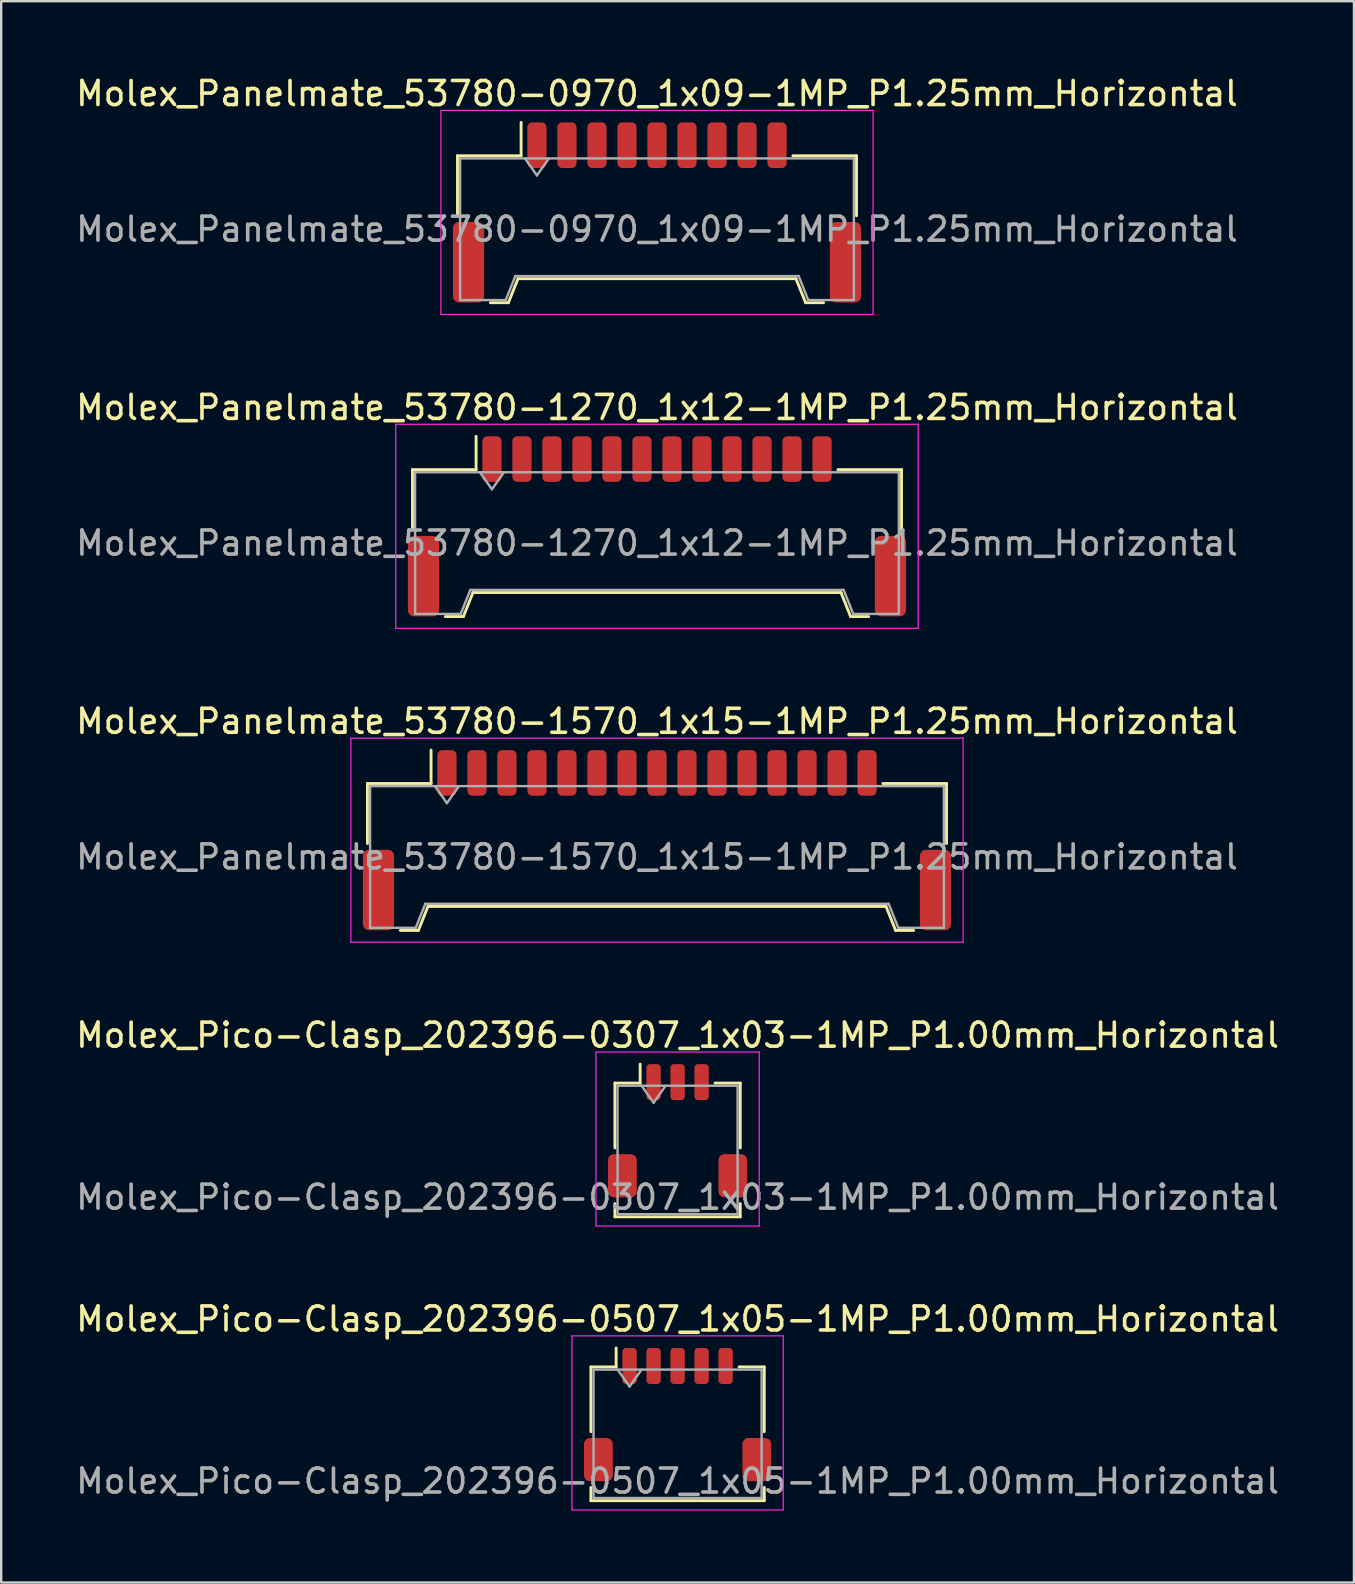
<source format=kicad_pcb>
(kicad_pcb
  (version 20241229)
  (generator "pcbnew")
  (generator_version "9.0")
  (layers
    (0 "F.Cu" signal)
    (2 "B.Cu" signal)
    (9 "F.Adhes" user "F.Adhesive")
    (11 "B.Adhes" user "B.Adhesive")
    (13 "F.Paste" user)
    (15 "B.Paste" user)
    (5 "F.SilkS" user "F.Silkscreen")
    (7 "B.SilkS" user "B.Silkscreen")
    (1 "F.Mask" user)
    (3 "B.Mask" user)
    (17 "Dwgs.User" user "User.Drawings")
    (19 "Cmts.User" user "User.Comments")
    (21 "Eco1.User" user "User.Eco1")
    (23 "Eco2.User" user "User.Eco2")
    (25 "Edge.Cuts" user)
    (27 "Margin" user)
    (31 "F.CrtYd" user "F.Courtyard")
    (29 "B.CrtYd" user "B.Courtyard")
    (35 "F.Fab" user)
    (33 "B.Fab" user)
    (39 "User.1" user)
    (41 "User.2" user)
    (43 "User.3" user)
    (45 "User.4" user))
  (footprint "Molex_Pico-Clasp_202396-0307_1x03-1MP_P1.00mm_Horizontal"
    (layer "F.Cu")
    (at 25.173 44.048)
    (property "Reference" "Molex_Pico-Clasp_202396-0307_1x03-1MP_P1.00mm_Horizontal" (at 0 -3.98 0) (layer "F.SilkS") (effects (font (size 1 1) (thickness 0.15))))
    (attr smd)
    (fp_line (start -2.61 -1.985) (end -1.56 -1.985) (stroke (width 0.12) (type solid)) (layer "F.SilkS"))
    (fp_line (start -2.61 0.715) (end -2.61 -1.985) (stroke (width 0.12) (type solid)) (layer "F.SilkS"))
    (fp_line (start -2.61 3.035) (end -2.61 3.585) (stroke (width 0.12) (type solid)) (layer "F.SilkS"))
    (fp_line (start -2.61 3.585) (end 2.61 3.585) (stroke (width 0.12) (type solid)) (layer "F.SilkS"))
    (fp_line (start -1.56 -1.985) (end -1.56 -2.775) (stroke (width 0.12) (type solid)) (layer "F.SilkS"))
    (fp_line (start 2.61 -1.985) (end 1.56 -1.985) (stroke (width 0.12) (type solid)) (layer "F.SilkS"))
    (fp_line (start 2.61 0.715) (end 2.61 -1.985) (stroke (width 0.12) (type solid)) (layer "F.SilkS"))
    (fp_line (start 2.61 3.585) (end 2.61 3.035) (stroke (width 0.12) (type solid)) (layer "F.SilkS"))
    (fp_line (start -3.4 -3.28) (end -3.4 3.97) (stroke (width 0.05) (type solid)) (layer "F.CrtYd"))
    (fp_line (start -3.4 3.97) (end 3.4 3.97) (stroke (width 0.05) (type solid)) (layer "F.CrtYd"))
    (fp_line (start 3.4 -3.28) (end -3.4 -3.28) (stroke (width 0.05) (type solid)) (layer "F.CrtYd"))
    (fp_line (start 3.4 3.97) (end 3.4 -3.28) (stroke (width 0.05) (type solid)) (layer "F.CrtYd"))
    (fp_line (start -2.5 -1.875) (end -2.5 3.475) (stroke (width 0.1) (type solid)) (layer "F.Fab"))
    (fp_line (start -2.5 -1.875) (end 2.5 -1.875) (stroke (width 0.1) (type solid)) (layer "F.Fab"))
    (fp_line (start -2.5 3.475) (end 2.5 3.475) (stroke (width 0.1) (type solid)) (layer "F.Fab"))
    (fp_line (start -1.5 -1.875) (end -1 -1.168) (stroke (width 0.1) (type solid)) (layer "F.Fab"))
    (fp_line (start -1 -1.168) (end -0.5 -1.875) (stroke (width 0.1) (type solid)) (layer "F.Fab"))
    (fp_line (start 2.5 -1.875) (end 2.5 3.475) (stroke (width 0.1) (type solid)) (layer "F.Fab"))
    (fp_text user "${REFERENCE}" (at 0 2.77 0) (layer "F.Fab") (effects (font (size 1 1) (thickness 0.15))))
    (pad "1" smd roundrect (at -1 -2.025) (size 0.6 1.5) (layers "F.Cu" "F.Mask" "F.Paste") (roundrect_rratio 0.25))
    (pad "2" smd roundrect (at 0 -2.025) (size 0.6 1.5) (layers "F.Cu" "F.Mask" "F.Paste") (roundrect_rratio 0.25))
    (pad "3" smd roundrect (at 1 -2.025) (size 0.6 1.5) (layers "F.Cu" "F.Mask" "F.Paste") (roundrect_rratio 0.25))
    (pad "MP" smd roundrect (at -2.3 1.875) (size 1.2 1.8) (layers "F.Cu" "F.Mask" "F.Paste") (roundrect_rratio 0.208))
    (pad "MP" smd roundrect (at 2.3 1.875) (size 1.2 1.8) (layers "F.Cu" "F.Mask" "F.Paste") (roundrect_rratio 0.208)))
  (footprint "Molex_Panelmate_53780-1270_1x12-1MP_P1.25mm_Horizontal"
    (layer "F.Cu")
    (at 24.315 18.872)
    (property "Reference" "Molex_Panelmate_53780-1270_1x12-1MP_P1.25mm_Horizontal" (at 0 -4.95 0) (layer "F.SilkS") (effects (font (size 1 1) (thickness 0.15))))
    (attr smd)
    (fp_line (start -10.185 -2.36) (end -7.535 -2.36) (stroke (width 0.12) (type solid)) (layer "F.SilkS"))
    (fp_line (start -10.185 0.14) (end -10.185 -2.36) (stroke (width 0.12) (type solid)) (layer "F.SilkS"))
    (fp_line (start -8.815 3.76) (end -8.065 3.76) (stroke (width 0.12) (type solid)) (layer "F.SilkS"))
    (fp_line (start -8.065 3.76) (end -7.665 2.76) (stroke (width 0.12) (type solid)) (layer "F.SilkS"))
    (fp_line (start -7.665 2.76) (end 7.665 2.76) (stroke (width 0.12) (type solid)) (layer "F.SilkS"))
    (fp_line (start -7.535 -2.36) (end -7.535 -3.75) (stroke (width 0.12) (type solid)) (layer "F.SilkS"))
    (fp_line (start 7.665 2.76) (end 8.065 3.76) (stroke (width 0.12) (type solid)) (layer "F.SilkS"))
    (fp_line (start 8.065 3.76) (end 8.815 3.76) (stroke (width 0.12) (type solid)) (layer "F.SilkS"))
    (fp_line (start 10.185 -2.36) (end 7.535 -2.36) (stroke (width 0.12) (type solid)) (layer "F.SilkS"))
    (fp_line (start 10.185 0.14) (end 10.185 -2.36) (stroke (width 0.12) (type solid)) (layer "F.SilkS"))
    (fp_line (start -10.88 -4.25) (end -10.88 4.25) (stroke (width 0.05) (type solid)) (layer "F.CrtYd"))
    (fp_line (start -10.88 4.25) (end 10.88 4.25) (stroke (width 0.05) (type solid)) (layer "F.CrtYd"))
    (fp_line (start 10.88 -4.25) (end -10.88 -4.25) (stroke (width 0.05) (type solid)) (layer "F.CrtYd"))
    (fp_line (start 10.88 4.25) (end 10.88 -4.25) (stroke (width 0.05) (type solid)) (layer "F.CrtYd"))
    (fp_line (start -10.075 -2.25) (end -10.075 3.65) (stroke (width 0.1) (type solid)) (layer "F.Fab"))
    (fp_line (start -10.075 -2.25) (end 10.075 -2.25) (stroke (width 0.1) (type solid)) (layer "F.Fab"))
    (fp_line (start -10.075 3.65) (end -8.175 3.65) (stroke (width 0.1) (type solid)) (layer "F.Fab"))
    (fp_line (start -8.175 3.65) (end -7.775 2.65) (stroke (width 0.1) (type solid)) (layer "F.Fab"))
    (fp_line (start -7.775 2.65) (end 7.775 2.65) (stroke (width 0.1) (type solid)) (layer "F.Fab"))
    (fp_line (start -7.375 -2.25) (end -6.875 -1.543) (stroke (width 0.1) (type solid)) (layer "F.Fab"))
    (fp_line (start -6.875 -1.543) (end -6.375 -2.25) (stroke (width 0.1) (type solid)) (layer "F.Fab"))
    (fp_line (start 7.775 2.65) (end 8.175 3.65) (stroke (width 0.1) (type solid)) (layer "F.Fab"))
    (fp_line (start 8.175 3.65) (end 10.075 3.65) (stroke (width 0.1) (type solid)) (layer "F.Fab"))
    (fp_line (start 10.075 -2.25) (end 10.075 3.65) (stroke (width 0.1) (type solid)) (layer "F.Fab"))
    (fp_text user "${REFERENCE}" (at 0 0.7 0) (layer "F.Fab") (effects (font (size 1 1) (thickness 0.15))))
    (pad "1" smd roundrect (at -6.875 -2.8) (size 0.8 1.9) (layers "F.Cu" "F.Mask" "F.Paste") (roundrect_rratio 0.25))
    (pad "2" smd roundrect (at -5.625 -2.8) (size 0.8 1.9) (layers "F.Cu" "F.Mask" "F.Paste") (roundrect_rratio 0.25))
    (pad "3" smd roundrect (at -4.375 -2.8) (size 0.8 1.9) (layers "F.Cu" "F.Mask" "F.Paste") (roundrect_rratio 0.25))
    (pad "4" smd roundrect (at -3.125 -2.8) (size 0.8 1.9) (layers "F.Cu" "F.Mask" "F.Paste") (roundrect_rratio 0.25))
    (pad "5" smd roundrect (at -1.875 -2.8) (size 0.8 1.9) (layers "F.Cu" "F.Mask" "F.Paste") (roundrect_rratio 0.25))
    (pad "6" smd roundrect (at -0.625 -2.8) (size 0.8 1.9) (layers "F.Cu" "F.Mask" "F.Paste") (roundrect_rratio 0.25))
    (pad "7" smd roundrect (at 0.625 -2.8) (size 0.8 1.9) (layers "F.Cu" "F.Mask" "F.Paste") (roundrect_rratio 0.25))
    (pad "8" smd roundrect (at 1.875 -2.8) (size 0.8 1.9) (layers "F.Cu" "F.Mask" "F.Paste") (roundrect_rratio 0.25))
    (pad "9" smd roundrect (at 3.125 -2.8) (size 0.8 1.9) (layers "F.Cu" "F.Mask" "F.Paste") (roundrect_rratio 0.25))
    (pad "10" smd roundrect (at 4.375 -2.8) (size 0.8 1.9) (layers "F.Cu" "F.Mask" "F.Paste") (roundrect_rratio 0.25))
    (pad "11" smd roundrect (at 5.625 -2.8) (size 0.8 1.9) (layers "F.Cu" "F.Mask" "F.Paste") (roundrect_rratio 0.25))
    (pad "12" smd roundrect (at 6.875 -2.8) (size 0.8 1.9) (layers "F.Cu" "F.Mask" "F.Paste") (roundrect_rratio 0.25))
    (pad "MP" smd roundrect (at -9.725 2.075) (size 1.3 3.35) (layers "F.Cu" "F.Mask" "F.Paste") (roundrect_rratio 0.192))
    (pad "MP" smd roundrect (at 9.725 2.075) (size 1.3 3.35) (layers "F.Cu" "F.Mask" "F.Paste") (roundrect_rratio 0.192)))
  (footprint "Molex_Panelmate_53780-1570_1x15-1MP_P1.25mm_Horizontal"
    (layer "F.Cu")
    (at 24.315 31.945)
    (property "Reference" "Molex_Panelmate_53780-1570_1x15-1MP_P1.25mm_Horizontal" (at 0 -4.95 0) (layer "F.SilkS") (effects (font (size 1 1) (thickness 0.15))))
    (attr smd)
    (fp_line (start -12.06 -2.36) (end -9.41 -2.36) (stroke (width 0.12) (type solid)) (layer "F.SilkS"))
    (fp_line (start -12.06 0.14) (end -12.06 -2.36) (stroke (width 0.12) (type solid)) (layer "F.SilkS"))
    (fp_line (start -10.69 3.76) (end -9.94 3.76) (stroke (width 0.12) (type solid)) (layer "F.SilkS"))
    (fp_line (start -9.94 3.76) (end -9.54 2.76) (stroke (width 0.12) (type solid)) (layer "F.SilkS"))
    (fp_line (start -9.54 2.76) (end 9.54 2.76) (stroke (width 0.12) (type solid)) (layer "F.SilkS"))
    (fp_line (start -9.41 -2.36) (end -9.41 -3.75) (stroke (width 0.12) (type solid)) (layer "F.SilkS"))
    (fp_line (start 9.54 2.76) (end 9.94 3.76) (stroke (width 0.12) (type solid)) (layer "F.SilkS"))
    (fp_line (start 9.94 3.76) (end 10.69 3.76) (stroke (width 0.12) (type solid)) (layer "F.SilkS"))
    (fp_line (start 12.06 -2.36) (end 9.41 -2.36) (stroke (width 0.12) (type solid)) (layer "F.SilkS"))
    (fp_line (start 12.06 0.14) (end 12.06 -2.36) (stroke (width 0.12) (type solid)) (layer "F.SilkS"))
    (fp_line (start -12.75 -4.25) (end -12.75 4.25) (stroke (width 0.05) (type solid)) (layer "F.CrtYd"))
    (fp_line (start -12.75 4.25) (end 12.75 4.25) (stroke (width 0.05) (type solid)) (layer "F.CrtYd"))
    (fp_line (start 12.75 -4.25) (end -12.75 -4.25) (stroke (width 0.05) (type solid)) (layer "F.CrtYd"))
    (fp_line (start 12.75 4.25) (end 12.75 -4.25) (stroke (width 0.05) (type solid)) (layer "F.CrtYd"))
    (fp_line (start -11.95 -2.25) (end -11.95 3.65) (stroke (width 0.1) (type solid)) (layer "F.Fab"))
    (fp_line (start -11.95 -2.25) (end 11.95 -2.25) (stroke (width 0.1) (type solid)) (layer "F.Fab"))
    (fp_line (start -11.95 3.65) (end -10.05 3.65) (stroke (width 0.1) (type solid)) (layer "F.Fab"))
    (fp_line (start -10.05 3.65) (end -9.65 2.65) (stroke (width 0.1) (type solid)) (layer "F.Fab"))
    (fp_line (start -9.65 2.65) (end 9.65 2.65) (stroke (width 0.1) (type solid)) (layer "F.Fab"))
    (fp_line (start -9.25 -2.25) (end -8.75 -1.543) (stroke (width 0.1) (type solid)) (layer "F.Fab"))
    (fp_line (start -8.75 -1.543) (end -8.25 -2.25) (stroke (width 0.1) (type solid)) (layer "F.Fab"))
    (fp_line (start 9.65 2.65) (end 10.05 3.65) (stroke (width 0.1) (type solid)) (layer "F.Fab"))
    (fp_line (start 10.05 3.65) (end 11.95 3.65) (stroke (width 0.1) (type solid)) (layer "F.Fab"))
    (fp_line (start 11.95 -2.25) (end 11.95 3.65) (stroke (width 0.1) (type solid)) (layer "F.Fab"))
    (fp_text user "${REFERENCE}" (at 0 0.7 0) (layer "F.Fab") (effects (font (size 1 1) (thickness 0.15))))
    (pad "1" smd roundrect (at -8.75 -2.8) (size 0.8 1.9) (layers "F.Cu" "F.Mask" "F.Paste") (roundrect_rratio 0.25))
    (pad "2" smd roundrect (at -7.5 -2.8) (size 0.8 1.9) (layers "F.Cu" "F.Mask" "F.Paste") (roundrect_rratio 0.25))
    (pad "3" smd roundrect (at -6.25 -2.8) (size 0.8 1.9) (layers "F.Cu" "F.Mask" "F.Paste") (roundrect_rratio 0.25))
    (pad "4" smd roundrect (at -5 -2.8) (size 0.8 1.9) (layers "F.Cu" "F.Mask" "F.Paste") (roundrect_rratio 0.25))
    (pad "5" smd roundrect (at -3.75 -2.8) (size 0.8 1.9) (layers "F.Cu" "F.Mask" "F.Paste") (roundrect_rratio 0.25))
    (pad "6" smd roundrect (at -2.5 -2.8) (size 0.8 1.9) (layers "F.Cu" "F.Mask" "F.Paste") (roundrect_rratio 0.25))
    (pad "7" smd roundrect (at -1.25 -2.8) (size 0.8 1.9) (layers "F.Cu" "F.Mask" "F.Paste") (roundrect_rratio 0.25))
    (pad "8" smd roundrect (at 0 -2.8) (size 0.8 1.9) (layers "F.Cu" "F.Mask" "F.Paste") (roundrect_rratio 0.25))
    (pad "9" smd roundrect (at 1.25 -2.8) (size 0.8 1.9) (layers "F.Cu" "F.Mask" "F.Paste") (roundrect_rratio 0.25))
    (pad "10" smd roundrect (at 2.5 -2.8) (size 0.8 1.9) (layers "F.Cu" "F.Mask" "F.Paste") (roundrect_rratio 0.25))
    (pad "11" smd roundrect (at 3.75 -2.8) (size 0.8 1.9) (layers "F.Cu" "F.Mask" "F.Paste") (roundrect_rratio 0.25))
    (pad "12" smd roundrect (at 5 -2.8) (size 0.8 1.9) (layers "F.Cu" "F.Mask" "F.Paste") (roundrect_rratio 0.25))
    (pad "13" smd roundrect (at 6.25 -2.8) (size 0.8 1.9) (layers "F.Cu" "F.Mask" "F.Paste") (roundrect_rratio 0.25))
    (pad "14" smd roundrect (at 7.5 -2.8) (size 0.8 1.9) (layers "F.Cu" "F.Mask" "F.Paste") (roundrect_rratio 0.25))
    (pad "15" smd roundrect (at 8.75 -2.8) (size 0.8 1.9) (layers "F.Cu" "F.Mask" "F.Paste") (roundrect_rratio 0.25))
    (pad "MP" smd roundrect (at -11.6 2.075) (size 1.3 3.35) (layers "F.Cu" "F.Mask" "F.Paste") (roundrect_rratio 0.192))
    (pad "MP" smd roundrect (at 11.6 2.075) (size 1.3 3.35) (layers "F.Cu" "F.Mask" "F.Paste") (roundrect_rratio 0.192)))
  (footprint "Molex_Pico-Clasp_202396-0507_1x05-1MP_P1.00mm_Horizontal"
    (layer "F.Cu")
    (at 25.173 55.871)
    (property "Reference" "Molex_Pico-Clasp_202396-0507_1x05-1MP_P1.00mm_Horizontal" (at 0 -3.98 0) (layer "F.SilkS") (effects (font (size 1 1) (thickness 0.15))))
    (attr smd)
    (fp_line (start -3.61 -1.985) (end -2.56 -1.985) (stroke (width 0.12) (type solid)) (layer "F.SilkS"))
    (fp_line (start -3.61 0.715) (end -3.61 -1.985) (stroke (width 0.12) (type solid)) (layer "F.SilkS"))
    (fp_line (start -3.61 3.035) (end -3.61 3.585) (stroke (width 0.12) (type solid)) (layer "F.SilkS"))
    (fp_line (start -3.61 3.585) (end 3.61 3.585) (stroke (width 0.12) (type solid)) (layer "F.SilkS"))
    (fp_line (start -2.56 -1.985) (end -2.56 -2.775) (stroke (width 0.12) (type solid)) (layer "F.SilkS"))
    (fp_line (start 3.61 -1.985) (end 2.56 -1.985) (stroke (width 0.12) (type solid)) (layer "F.SilkS"))
    (fp_line (start 3.61 0.715) (end 3.61 -1.985) (stroke (width 0.12) (type solid)) (layer "F.SilkS"))
    (fp_line (start 3.61 3.585) (end 3.61 3.035) (stroke (width 0.12) (type solid)) (layer "F.SilkS"))
    (fp_line (start -4.4 -3.28) (end -4.4 3.97) (stroke (width 0.05) (type solid)) (layer "F.CrtYd"))
    (fp_line (start -4.4 3.97) (end 4.4 3.97) (stroke (width 0.05) (type solid)) (layer "F.CrtYd"))
    (fp_line (start 4.4 -3.28) (end -4.4 -3.28) (stroke (width 0.05) (type solid)) (layer "F.CrtYd"))
    (fp_line (start 4.4 3.97) (end 4.4 -3.28) (stroke (width 0.05) (type solid)) (layer "F.CrtYd"))
    (fp_line (start -3.5 -1.875) (end -3.5 3.475) (stroke (width 0.1) (type solid)) (layer "F.Fab"))
    (fp_line (start -3.5 -1.875) (end 3.5 -1.875) (stroke (width 0.1) (type solid)) (layer "F.Fab"))
    (fp_line (start -3.5 3.475) (end 3.5 3.475) (stroke (width 0.1) (type solid)) (layer "F.Fab"))
    (fp_line (start -2.5 -1.875) (end -2 -1.168) (stroke (width 0.1) (type solid)) (layer "F.Fab"))
    (fp_line (start -2 -1.168) (end -1.5 -1.875) (stroke (width 0.1) (type solid)) (layer "F.Fab"))
    (fp_line (start 3.5 -1.875) (end 3.5 3.475) (stroke (width 0.1) (type solid)) (layer "F.Fab"))
    (fp_text user "${REFERENCE}" (at 0 2.77 0) (layer "F.Fab") (effects (font (size 1 1) (thickness 0.15))))
    (pad "1" smd roundrect (at -2 -2.025) (size 0.6 1.5) (layers "F.Cu" "F.Mask" "F.Paste") (roundrect_rratio 0.25))
    (pad "2" smd roundrect (at -1 -2.025) (size 0.6 1.5) (layers "F.Cu" "F.Mask" "F.Paste") (roundrect_rratio 0.25))
    (pad "3" smd roundrect (at 0 -2.025) (size 0.6 1.5) (layers "F.Cu" "F.Mask" "F.Paste") (roundrect_rratio 0.25))
    (pad "4" smd roundrect (at 1 -2.025) (size 0.6 1.5) (layers "F.Cu" "F.Mask" "F.Paste") (roundrect_rratio 0.25))
    (pad "5" smd roundrect (at 2 -2.025) (size 0.6 1.5) (layers "F.Cu" "F.Mask" "F.Paste") (roundrect_rratio 0.25))
    (pad "MP" smd roundrect (at -3.3 1.875) (size 1.2 1.8) (layers "F.Cu" "F.Mask" "F.Paste") (roundrect_rratio 0.208))
    (pad "MP" smd roundrect (at 3.3 1.875) (size 1.2 1.8) (layers "F.Cu" "F.Mask" "F.Paste") (roundrect_rratio 0.208)))
  (footprint "Molex_Panelmate_53780-0970_1x09-1MP_P1.25mm_Horizontal"
    (layer "F.Cu")
    (at 24.315 5.798)
    (property "Reference" "Molex_Panelmate_53780-0970_1x09-1MP_P1.25mm_Horizontal" (at 0 -4.95 0) (layer "F.SilkS") (effects (font (size 1 1) (thickness 0.15))))
    (attr smd)
    (fp_line (start -8.31 -2.36) (end -5.66 -2.36) (stroke (width 0.12) (type solid)) (layer "F.SilkS"))
    (fp_line (start -8.31 0.14) (end -8.31 -2.36) (stroke (width 0.12) (type solid)) (layer "F.SilkS"))
    (fp_line (start -6.94 3.76) (end -6.19 3.76) (stroke (width 0.12) (type solid)) (layer "F.SilkS"))
    (fp_line (start -6.19 3.76) (end -5.79 2.76) (stroke (width 0.12) (type solid)) (layer "F.SilkS"))
    (fp_line (start -5.79 2.76) (end 5.79 2.76) (stroke (width 0.12) (type solid)) (layer "F.SilkS"))
    (fp_line (start -5.66 -2.36) (end -5.66 -3.75) (stroke (width 0.12) (type solid)) (layer "F.SilkS"))
    (fp_line (start 5.79 2.76) (end 6.19 3.76) (stroke (width 0.12) (type solid)) (layer "F.SilkS"))
    (fp_line (start 6.19 3.76) (end 6.94 3.76) (stroke (width 0.12) (type solid)) (layer "F.SilkS"))
    (fp_line (start 8.31 -2.36) (end 5.66 -2.36) (stroke (width 0.12) (type solid)) (layer "F.SilkS"))
    (fp_line (start 8.31 0.14) (end 8.31 -2.36) (stroke (width 0.12) (type solid)) (layer "F.SilkS"))
    (fp_line (start -9 -4.25) (end -9 4.25) (stroke (width 0.05) (type solid)) (layer "F.CrtYd"))
    (fp_line (start -9 4.25) (end 9 4.25) (stroke (width 0.05) (type solid)) (layer "F.CrtYd"))
    (fp_line (start 9 -4.25) (end -9 -4.25) (stroke (width 0.05) (type solid)) (layer "F.CrtYd"))
    (fp_line (start 9 4.25) (end 9 -4.25) (stroke (width 0.05) (type solid)) (layer "F.CrtYd"))
    (fp_line (start -8.2 -2.25) (end -8.2 3.65) (stroke (width 0.1) (type solid)) (layer "F.Fab"))
    (fp_line (start -8.2 -2.25) (end 8.2 -2.25) (stroke (width 0.1) (type solid)) (layer "F.Fab"))
    (fp_line (start -8.2 3.65) (end -6.3 3.65) (stroke (width 0.1) (type solid)) (layer "F.Fab"))
    (fp_line (start -6.3 3.65) (end -5.9 2.65) (stroke (width 0.1) (type solid)) (layer "F.Fab"))
    (fp_line (start -5.9 2.65) (end 5.9 2.65) (stroke (width 0.1) (type solid)) (layer "F.Fab"))
    (fp_line (start -5.5 -2.25) (end -5 -1.543) (stroke (width 0.1) (type solid)) (layer "F.Fab"))
    (fp_line (start -5 -1.543) (end -4.5 -2.25) (stroke (width 0.1) (type solid)) (layer "F.Fab"))
    (fp_line (start 5.9 2.65) (end 6.3 3.65) (stroke (width 0.1) (type solid)) (layer "F.Fab"))
    (fp_line (start 6.3 3.65) (end 8.2 3.65) (stroke (width 0.1) (type solid)) (layer "F.Fab"))
    (fp_line (start 8.2 -2.25) (end 8.2 3.65) (stroke (width 0.1) (type solid)) (layer "F.Fab"))
    (fp_text user "${REFERENCE}" (at 0 0.7 0) (layer "F.Fab") (effects (font (size 1 1) (thickness 0.15))))
    (pad "1" smd roundrect (at -5 -2.8) (size 0.8 1.9) (layers "F.Cu" "F.Mask" "F.Paste") (roundrect_rratio 0.25))
    (pad "2" smd roundrect (at -3.75 -2.8) (size 0.8 1.9) (layers "F.Cu" "F.Mask" "F.Paste") (roundrect_rratio 0.25))
    (pad "3" smd roundrect (at -2.5 -2.8) (size 0.8 1.9) (layers "F.Cu" "F.Mask" "F.Paste") (roundrect_rratio 0.25))
    (pad "4" smd roundrect (at -1.25 -2.8) (size 0.8 1.9) (layers "F.Cu" "F.Mask" "F.Paste") (roundrect_rratio 0.25))
    (pad "5" smd roundrect (at 0 -2.8) (size 0.8 1.9) (layers "F.Cu" "F.Mask" "F.Paste") (roundrect_rratio 0.25))
    (pad "6" smd roundrect (at 1.25 -2.8) (size 0.8 1.9) (layers "F.Cu" "F.Mask" "F.Paste") (roundrect_rratio 0.25))
    (pad "7" smd roundrect (at 2.5 -2.8) (size 0.8 1.9) (layers "F.Cu" "F.Mask" "F.Paste") (roundrect_rratio 0.25))
    (pad "8" smd roundrect (at 3.75 -2.8) (size 0.8 1.9) (layers "F.Cu" "F.Mask" "F.Paste") (roundrect_rratio 0.25))
    (pad "9" smd roundrect (at 5 -2.8) (size 0.8 1.9) (layers "F.Cu" "F.Mask" "F.Paste") (roundrect_rratio 0.25))
    (pad "MP" smd roundrect (at -7.85 2.075) (size 1.3 3.35) (layers "F.Cu" "F.Mask" "F.Paste") (roundrect_rratio 0.192))
    (pad "MP" smd roundrect (at 7.85 2.075) (size 1.3 3.35) (layers "F.Cu" "F.Mask" "F.Paste") (roundrect_rratio 0.192)))
  (gr_rect
    (start -3 -3)
    (end 53.345 62.866)
    (stroke (width 0.1) (type default))
    (fill no)
    (layer "Edge.Cuts")))
</source>
